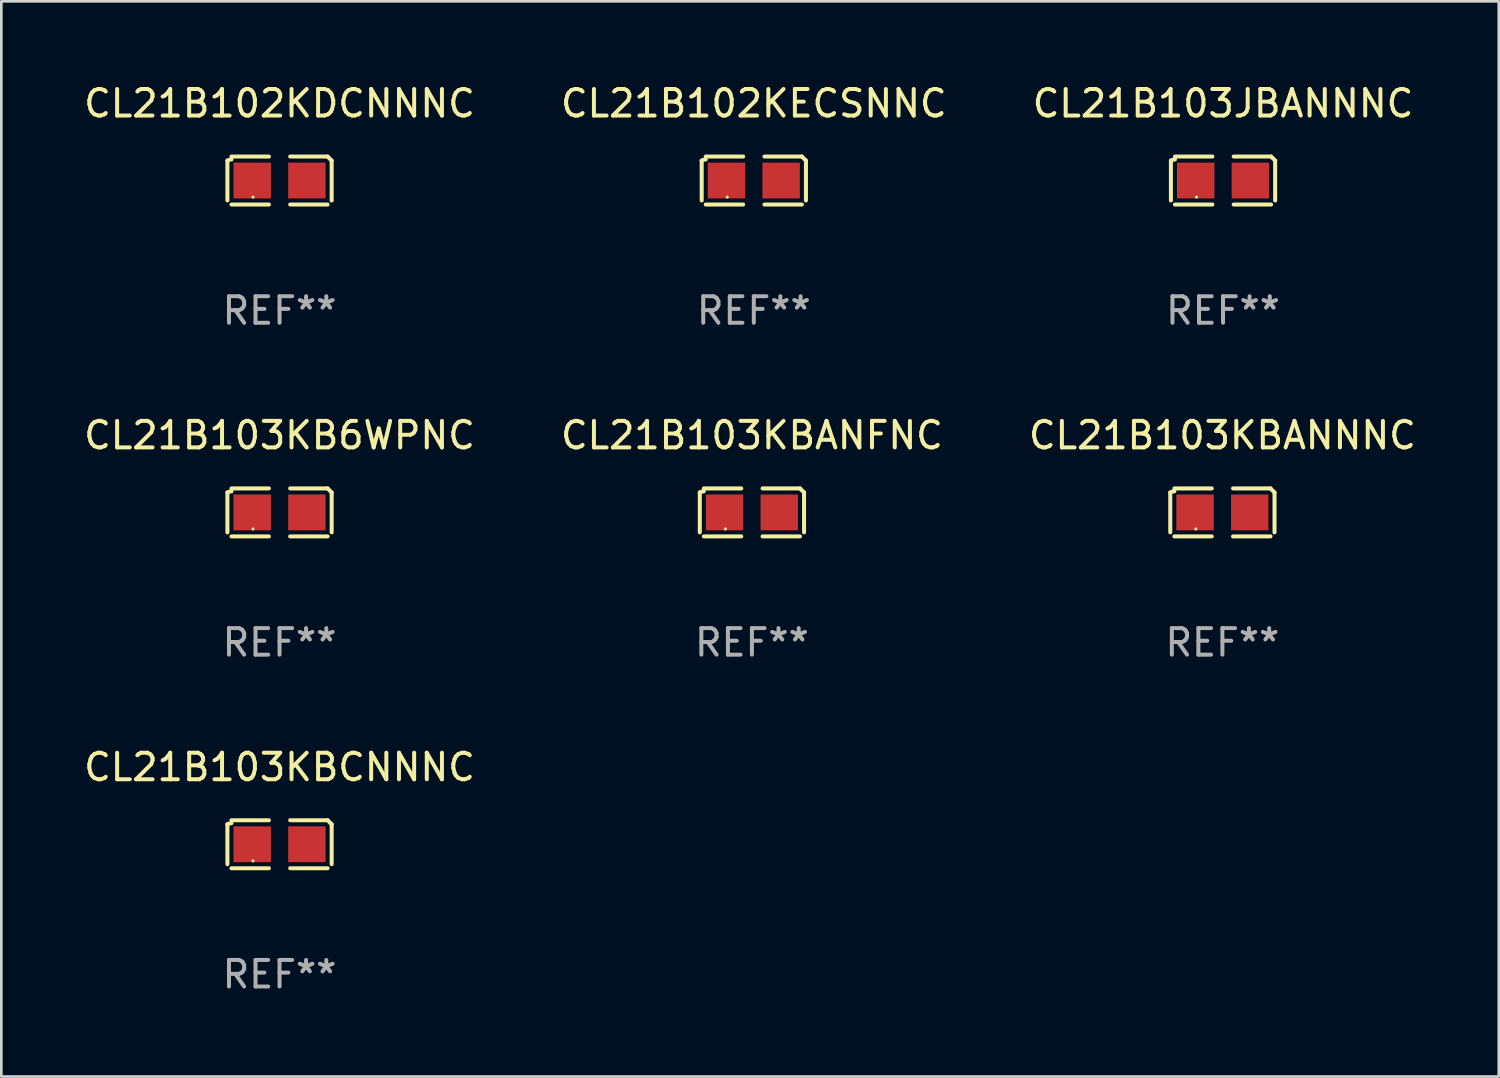
<source format=kicad_pcb>
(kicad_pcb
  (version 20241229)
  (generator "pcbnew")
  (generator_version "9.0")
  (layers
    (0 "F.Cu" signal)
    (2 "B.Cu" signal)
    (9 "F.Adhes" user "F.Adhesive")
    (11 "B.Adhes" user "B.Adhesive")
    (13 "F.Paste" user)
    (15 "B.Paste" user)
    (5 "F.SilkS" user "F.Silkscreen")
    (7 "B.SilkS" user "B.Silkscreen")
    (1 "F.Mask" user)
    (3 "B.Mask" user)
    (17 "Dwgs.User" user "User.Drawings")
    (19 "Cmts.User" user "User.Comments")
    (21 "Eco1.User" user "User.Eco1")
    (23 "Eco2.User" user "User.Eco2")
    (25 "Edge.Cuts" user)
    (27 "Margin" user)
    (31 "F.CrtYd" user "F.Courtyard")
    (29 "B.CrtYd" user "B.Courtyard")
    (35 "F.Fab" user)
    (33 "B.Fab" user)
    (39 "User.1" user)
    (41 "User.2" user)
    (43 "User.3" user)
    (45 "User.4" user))
  (footprint "CL21B103JBANNNC"
    (layer "F.Cu")
    (at 43.03 3.752)
    (property "Reference" "CL21B103JBANNNC" (at 0 -2.904 0) (layer "F.SilkS") (effects (font (size 1 1) (thickness 0.15))))
    (attr through_hole)
    (fp_line (start -1.964 0.751) (end -1.964 -0.751) (stroke (width 0.152) (type solid)) (layer "F.SilkS"))
    (fp_line (start -1.811 -0.904) (end -0.401 -0.904) (stroke (width 0.152) (type solid)) (layer "F.SilkS"))
    (fp_line (start -0.401 0.904) (end -1.811 0.904) (stroke (width 0.152) (type solid)) (layer "F.SilkS"))
    (fp_line (start 0.401 0.904) (end 1.811 0.904) (stroke (width 0.152) (type solid)) (layer "F.SilkS"))
    (fp_line (start 1.811 -0.904) (end 0.401 -0.904) (stroke (width 0.152) (type solid)) (layer "F.SilkS"))
    (fp_line (start 1.964 0.751) (end 1.964 -0.751) (stroke (width 0.152) (type solid)) (layer "F.SilkS"))
    (fp_arc (start -1.963602 -0.751207) (mid -1.890354 -0.783131) (end -1.811201 -0.794044) (stroke (width 0.1524) (type solid)) (layer "F.SilkS"))
    (fp_arc (start 1.811202 -0.903607) (mid 1.887413 -0.827418) (end 1.963602 -0.751207) (stroke (width 0.1524) (type solid)) (layer "F.SilkS"))
    (fp_circle (center -1 0.625) (end -0.97 0.625) (stroke (width 0.06) (type solid)) (fill no) (layer "F.SilkS"))
    (fp_text user "REF**" (at 0 4.904 0) (layer "F.Fab") (effects (font (size 1 1) (thickness 0.15))))
    (pad "1" smd rect (at -1.03 0) (size 1.41 1.35) (layers "F.Cu" "F.Mask" "F.Paste"))
    (pad "2" smd rect (at 1.03 0) (size 1.41 1.35) (layers "F.Cu" "F.Mask" "F.Paste")))
  (footprint "CL21B103KB6WPNC"
    (layer "F.Cu")
    (at 7.482 16.256)
    (property "Reference" "CL21B103KB6WPNC" (at 0 -2.904 0) (layer "F.SilkS") (effects (font (size 1 1) (thickness 0.15))))
    (attr through_hole)
    (fp_line (start -1.964 0.751) (end -1.964 -0.751) (stroke (width 0.152) (type solid)) (layer "F.SilkS"))
    (fp_line (start -1.811 -0.904) (end -0.401 -0.904) (stroke (width 0.152) (type solid)) (layer "F.SilkS"))
    (fp_line (start -0.401 0.904) (end -1.811 0.904) (stroke (width 0.152) (type solid)) (layer "F.SilkS"))
    (fp_line (start 0.401 0.904) (end 1.811 0.904) (stroke (width 0.152) (type solid)) (layer "F.SilkS"))
    (fp_line (start 1.811 -0.904) (end 0.401 -0.904) (stroke (width 0.152) (type solid)) (layer "F.SilkS"))
    (fp_line (start 1.964 0.751) (end 1.964 -0.751) (stroke (width 0.152) (type solid)) (layer "F.SilkS"))
    (fp_arc (start -1.963602 -0.751207) (mid -1.890354 -0.783131) (end -1.811201 -0.794044) (stroke (width 0.1524) (type solid)) (layer "F.SilkS"))
    (fp_arc (start 1.811202 -0.903607) (mid 1.887413 -0.827418) (end 1.963602 -0.751207) (stroke (width 0.1524) (type solid)) (layer "F.SilkS"))
    (fp_circle (center -1 0.625) (end -0.97 0.625) (stroke (width 0.06) (type solid)) (fill no) (layer "F.SilkS"))
    (fp_text user "REF**" (at 0 4.904 0) (layer "F.Fab") (effects (font (size 1 1) (thickness 0.15))))
    (pad "1" smd rect (at -1.03 0) (size 1.41 1.35) (layers "F.Cu" "F.Mask" "F.Paste"))
    (pad "2" smd rect (at 1.03 0) (size 1.41 1.35) (layers "F.Cu" "F.Mask" "F.Paste")))
  (footprint "CL21B102KDCNNNC"
    (layer "F.Cu")
    (at 7.482 3.752)
    (property "Reference" "CL21B102KDCNNNC" (at 0 -2.904 0) (layer "F.SilkS") (effects (font (size 1 1) (thickness 0.15))))
    (attr through_hole)
    (fp_line (start -1.964 0.751) (end -1.964 -0.751) (stroke (width 0.152) (type solid)) (layer "F.SilkS"))
    (fp_line (start -1.811 -0.904) (end -0.401 -0.904) (stroke (width 0.152) (type solid)) (layer "F.SilkS"))
    (fp_line (start -0.401 0.904) (end -1.811 0.904) (stroke (width 0.152) (type solid)) (layer "F.SilkS"))
    (fp_line (start 0.401 0.904) (end 1.811 0.904) (stroke (width 0.152) (type solid)) (layer "F.SilkS"))
    (fp_line (start 1.811 -0.904) (end 0.401 -0.904) (stroke (width 0.152) (type solid)) (layer "F.SilkS"))
    (fp_line (start 1.964 0.751) (end 1.964 -0.751) (stroke (width 0.152) (type solid)) (layer "F.SilkS"))
    (fp_arc (start -1.963602 -0.751207) (mid -1.890354 -0.783131) (end -1.811201 -0.794044) (stroke (width 0.1524) (type solid)) (layer "F.SilkS"))
    (fp_arc (start 1.811202 -0.903607) (mid 1.887413 -0.827418) (end 1.963602 -0.751207) (stroke (width 0.1524) (type solid)) (layer "F.SilkS"))
    (fp_circle (center -1 0.625) (end -0.97 0.625) (stroke (width 0.06) (type solid)) (fill no) (layer "F.SilkS"))
    (fp_text user "REF**" (at 0 4.904 0) (layer "F.Fab") (effects (font (size 1 1) (thickness 0.15))))
    (pad "1" smd rect (at -1.03 0) (size 1.41 1.35) (layers "F.Cu" "F.Mask" "F.Paste"))
    (pad "2" smd rect (at 1.03 0) (size 1.41 1.35) (layers "F.Cu" "F.Mask" "F.Paste")))
  (footprint "CL21B103KBANFNC"
    (layer "F.Cu")
    (at 25.28 16.256)
    (property "Reference" "CL21B103KBANFNC" (at 0 -2.904 0) (layer "F.SilkS") (effects (font (size 1 1) (thickness 0.15))))
    (attr through_hole)
    (fp_line (start -1.964 0.751) (end -1.964 -0.751) (stroke (width 0.152) (type solid)) (layer "F.SilkS"))
    (fp_line (start -1.811 -0.904) (end -0.401 -0.904) (stroke (width 0.152) (type solid)) (layer "F.SilkS"))
    (fp_line (start -0.401 0.904) (end -1.811 0.904) (stroke (width 0.152) (type solid)) (layer "F.SilkS"))
    (fp_line (start 0.401 0.904) (end 1.811 0.904) (stroke (width 0.152) (type solid)) (layer "F.SilkS"))
    (fp_line (start 1.811 -0.904) (end 0.401 -0.904) (stroke (width 0.152) (type solid)) (layer "F.SilkS"))
    (fp_line (start 1.964 0.751) (end 1.964 -0.751) (stroke (width 0.152) (type solid)) (layer "F.SilkS"))
    (fp_arc (start -1.963602 -0.751207) (mid -1.890354 -0.783131) (end -1.811201 -0.794044) (stroke (width 0.1524) (type solid)) (layer "F.SilkS"))
    (fp_arc (start 1.811202 -0.903607) (mid 1.887413 -0.827418) (end 1.963602 -0.751207) (stroke (width 0.1524) (type solid)) (layer "F.SilkS"))
    (fp_circle (center -1 0.625) (end -0.97 0.625) (stroke (width 0.06) (type solid)) (fill no) (layer "F.SilkS"))
    (fp_text user "REF**" (at 0 4.904 0) (layer "F.Fab") (effects (font (size 1 1) (thickness 0.15))))
    (pad "1" smd rect (at -1.03 0) (size 1.41 1.35) (layers "F.Cu" "F.Mask" "F.Paste"))
    (pad "2" smd rect (at 1.03 0) (size 1.41 1.35) (layers "F.Cu" "F.Mask" "F.Paste")))
  (footprint "CL21B103KBCNNNC"
    (layer "F.Cu")
    (at 7.482 28.759)
    (property "Reference" "CL21B103KBCNNNC" (at 0 -2.904 0) (layer "F.SilkS") (effects (font (size 1 1) (thickness 0.15))))
    (attr through_hole)
    (fp_line (start -1.964 0.751) (end -1.964 -0.751) (stroke (width 0.152) (type solid)) (layer "F.SilkS"))
    (fp_line (start -1.811 -0.904) (end -0.401 -0.904) (stroke (width 0.152) (type solid)) (layer "F.SilkS"))
    (fp_line (start -0.401 0.904) (end -1.811 0.904) (stroke (width 0.152) (type solid)) (layer "F.SilkS"))
    (fp_line (start 0.401 0.904) (end 1.811 0.904) (stroke (width 0.152) (type solid)) (layer "F.SilkS"))
    (fp_line (start 1.811 -0.904) (end 0.401 -0.904) (stroke (width 0.152) (type solid)) (layer "F.SilkS"))
    (fp_line (start 1.964 0.751) (end 1.964 -0.751) (stroke (width 0.152) (type solid)) (layer "F.SilkS"))
    (fp_arc (start -1.963602 -0.751207) (mid -1.890354 -0.783131) (end -1.811201 -0.794044) (stroke (width 0.1524) (type solid)) (layer "F.SilkS"))
    (fp_arc (start 1.811202 -0.903607) (mid 1.887413 -0.827418) (end 1.963602 -0.751207) (stroke (width 0.1524) (type solid)) (layer "F.SilkS"))
    (fp_circle (center -1 0.625) (end -0.97 0.625) (stroke (width 0.06) (type solid)) (fill no) (layer "F.SilkS"))
    (fp_text user "REF**" (at 0 4.904 0) (layer "F.Fab") (effects (font (size 1 1) (thickness 0.15))))
    (pad "1" smd rect (at -1.03 0) (size 1.41 1.35) (layers "F.Cu" "F.Mask" "F.Paste"))
    (pad "2" smd rect (at 1.03 0) (size 1.41 1.35) (layers "F.Cu" "F.Mask" "F.Paste")))
  (footprint "CL21B103KBANNNC"
    (layer "F.Cu")
    (at 43.006 16.256)
    (property "Reference" "CL21B103KBANNNC" (at 0 -2.904 0) (layer "F.SilkS") (effects (font (size 1 1) (thickness 0.15))))
    (attr through_hole)
    (fp_line (start -1.964 0.751) (end -1.964 -0.751) (stroke (width 0.152) (type solid)) (layer "F.SilkS"))
    (fp_line (start -1.811 -0.904) (end -0.401 -0.904) (stroke (width 0.152) (type solid)) (layer "F.SilkS"))
    (fp_line (start -0.401 0.904) (end -1.811 0.904) (stroke (width 0.152) (type solid)) (layer "F.SilkS"))
    (fp_line (start 0.401 0.904) (end 1.811 0.904) (stroke (width 0.152) (type solid)) (layer "F.SilkS"))
    (fp_line (start 1.811 -0.904) (end 0.401 -0.904) (stroke (width 0.152) (type solid)) (layer "F.SilkS"))
    (fp_line (start 1.964 0.751) (end 1.964 -0.751) (stroke (width 0.152) (type solid)) (layer "F.SilkS"))
    (fp_arc (start -1.963602 -0.751207) (mid -1.890354 -0.783131) (end -1.811201 -0.794044) (stroke (width 0.1524) (type solid)) (layer "F.SilkS"))
    (fp_arc (start 1.811202 -0.903607) (mid 1.887413 -0.827418) (end 1.963602 -0.751207) (stroke (width 0.1524) (type solid)) (layer "F.SilkS"))
    (fp_circle (center -1 0.625) (end -0.97 0.625) (stroke (width 0.06) (type solid)) (fill no) (layer "F.SilkS"))
    (fp_text user "REF**" (at 0 4.904 0) (layer "F.Fab") (effects (font (size 1 1) (thickness 0.15))))
    (pad "1" smd rect (at -1.03 0) (size 1.41 1.35) (layers "F.Cu" "F.Mask" "F.Paste"))
    (pad "2" smd rect (at 1.03 0) (size 1.41 1.35) (layers "F.Cu" "F.Mask" "F.Paste")))
  (footprint "CL21B102KECSNNC"
    (layer "F.Cu")
    (at 25.351 3.752)
    (property "Reference" "CL21B102KECSNNC" (at 0 -2.904 0) (layer "F.SilkS") (effects (font (size 1 1) (thickness 0.15))))
    (attr through_hole)
    (fp_line (start -1.964 0.751) (end -1.964 -0.751) (stroke (width 0.152) (type solid)) (layer "F.SilkS"))
    (fp_line (start -1.811 -0.904) (end -0.401 -0.904) (stroke (width 0.152) (type solid)) (layer "F.SilkS"))
    (fp_line (start -0.401 0.904) (end -1.811 0.904) (stroke (width 0.152) (type solid)) (layer "F.SilkS"))
    (fp_line (start 0.401 0.904) (end 1.811 0.904) (stroke (width 0.152) (type solid)) (layer "F.SilkS"))
    (fp_line (start 1.811 -0.904) (end 0.401 -0.904) (stroke (width 0.152) (type solid)) (layer "F.SilkS"))
    (fp_line (start 1.964 0.751) (end 1.964 -0.751) (stroke (width 0.152) (type solid)) (layer "F.SilkS"))
    (fp_arc (start -1.963602 -0.751207) (mid -1.890354 -0.783131) (end -1.811201 -0.794044) (stroke (width 0.1524) (type solid)) (layer "F.SilkS"))
    (fp_arc (start 1.811202 -0.903607) (mid 1.887413 -0.827418) (end 1.963602 -0.751207) (stroke (width 0.1524) (type solid)) (layer "F.SilkS"))
    (fp_circle (center -1 0.625) (end -0.97 0.625) (stroke (width 0.06) (type solid)) (fill no) (layer "F.SilkS"))
    (fp_text user "REF**" (at 0 4.904 0) (layer "F.Fab") (effects (font (size 1 1) (thickness 0.15))))
    (pad "1" smd rect (at -1.03 0) (size 1.41 1.35) (layers "F.Cu" "F.Mask" "F.Paste"))
    (pad "2" smd rect (at 1.03 0) (size 1.41 1.35) (layers "F.Cu" "F.Mask" "F.Paste")))
  (gr_rect
    (start -3 -3)
    (end 53.417 37.511)
    (stroke (width 0.1) (type default))
    (fill no)
    (layer "Edge.Cuts")))
</source>
